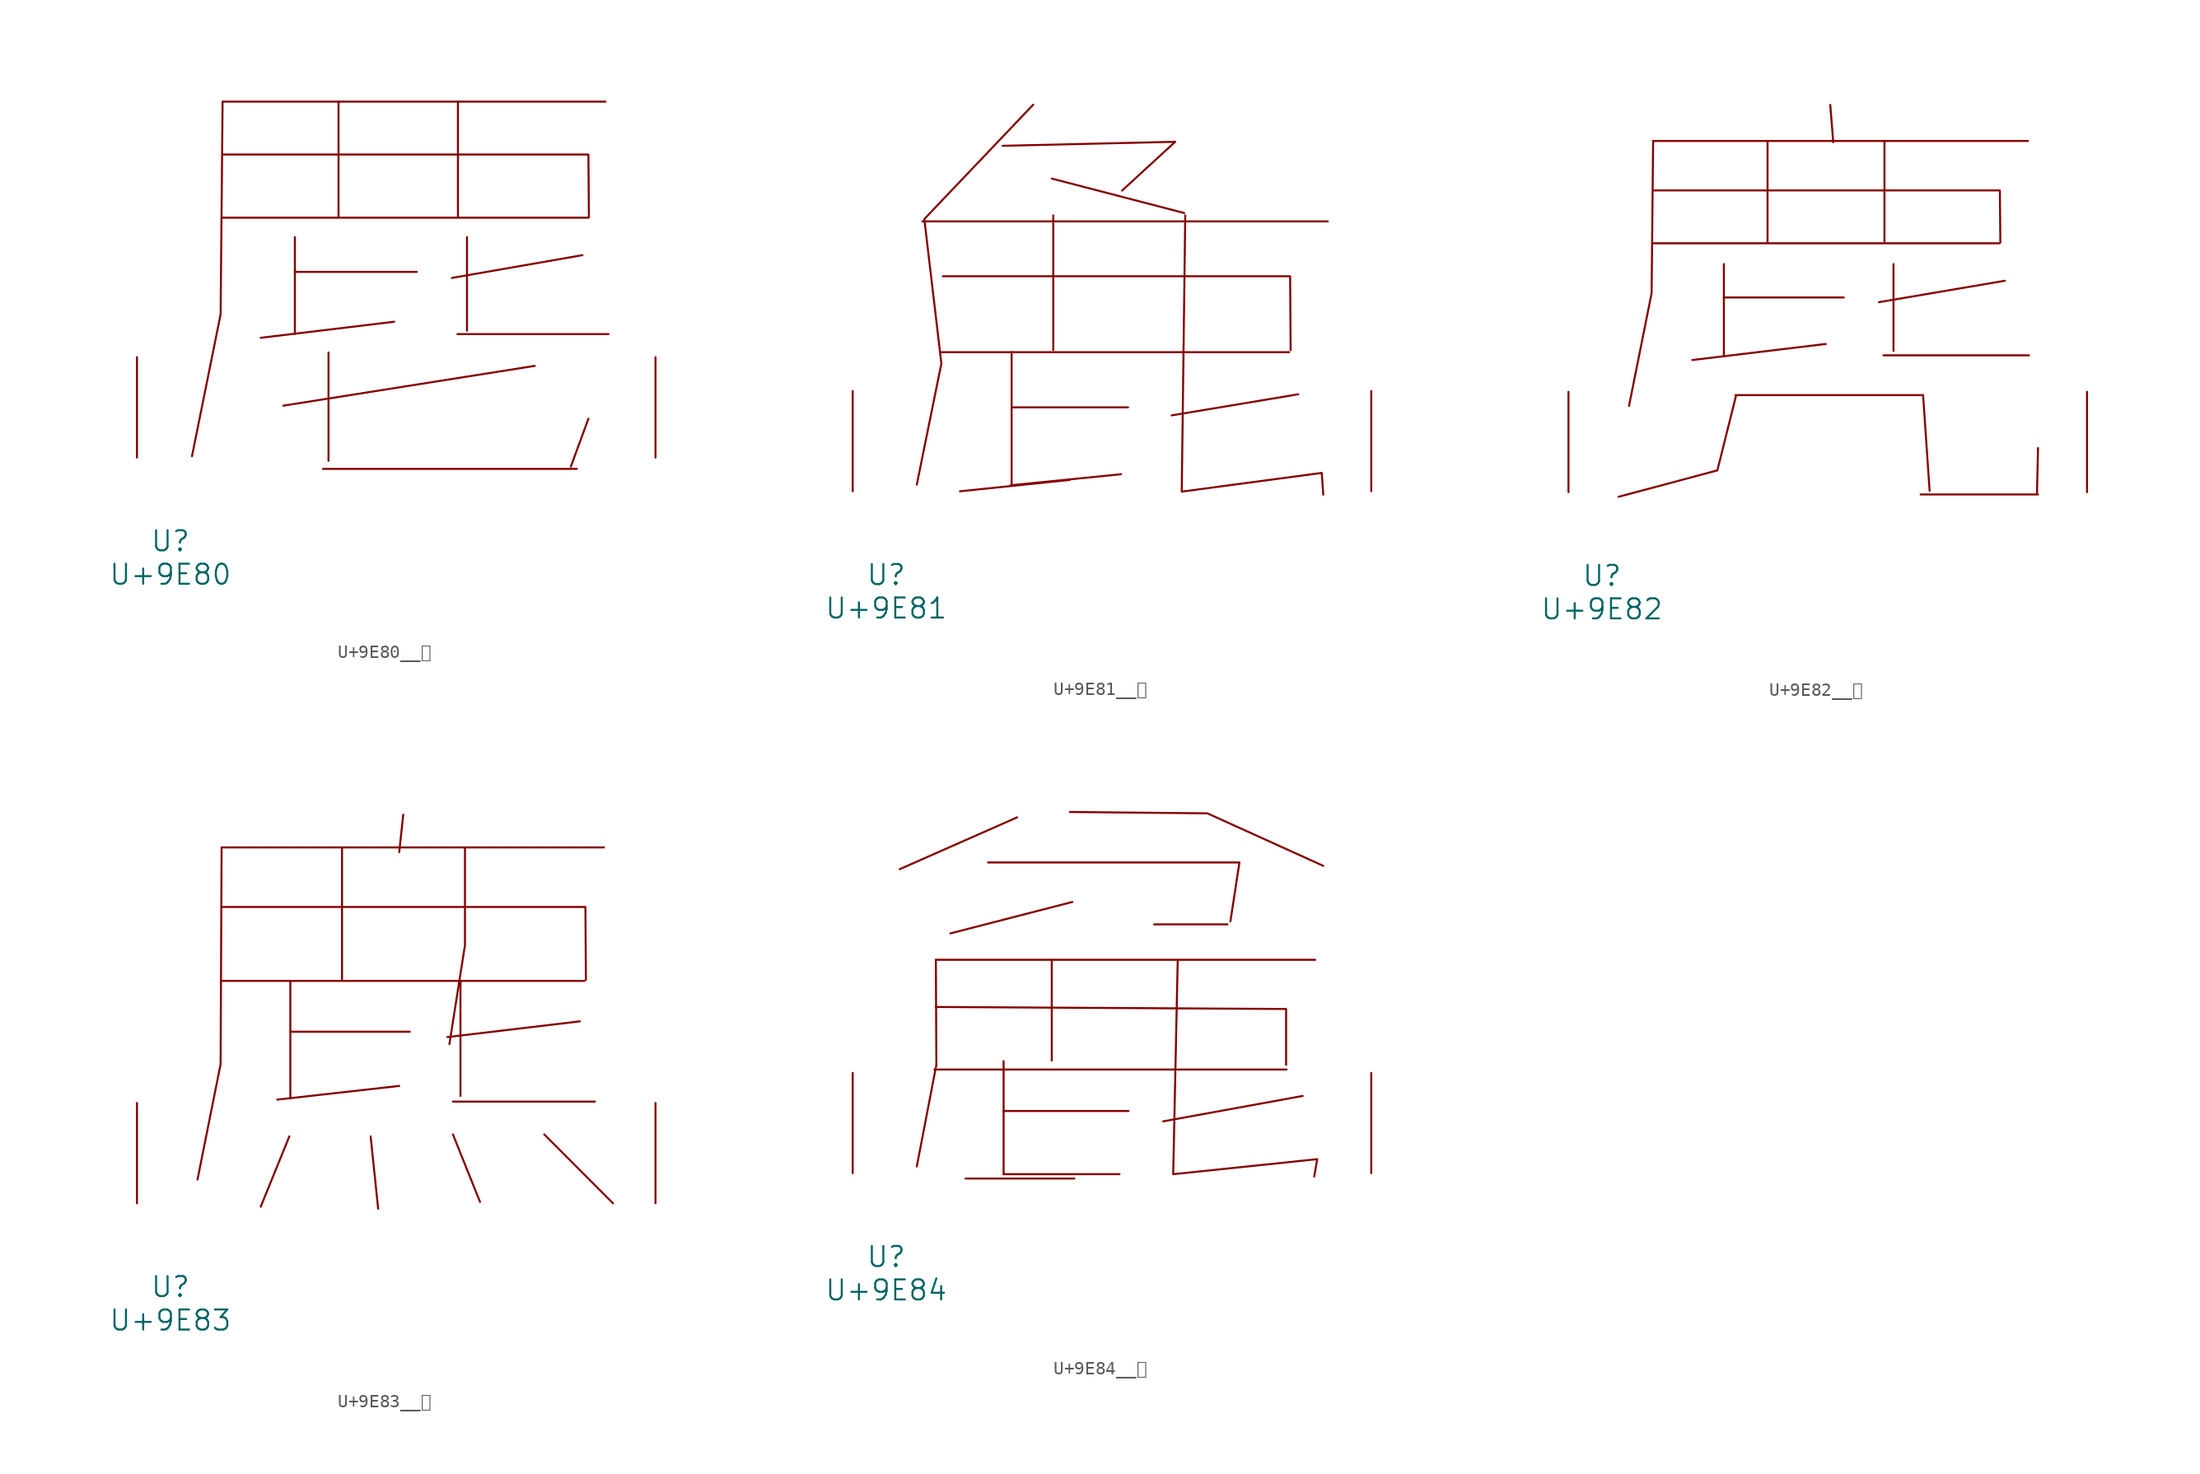
<source format=kicad_sym>
(kicad_symbol_lib
  (version 20231120)
  (generator "kicad_symbol_editor")
  (generator_version "8.0")
  (symbol "U+9E80__麀"
    (pin_names
      (offset 1.016))
    (property "Reference" "U"
      (at 0 -6.35 0)
      (effects (font (size 1.524 1.524))))
    (property "Value" "U+9E80"
      (at 0 -8.89 0)
      (effects (font (size 1.524 1.524))))
    (symbol "U+9E80__麀_0_1"
      (polyline (pts (xy 3.962 18.212) (xy 31.737 18.212)) (stroke (width 0) (type solid)) (fill (type none)))
      (polyline (pts (xy 3.962 27.026) (xy 33.033 27.026)) (stroke (width 0) (type solid)) (fill (type none)))
      (polyline (pts (xy 9.449 14.097) (xy 18.707 14.097)) (stroke (width 0) (type solid)) (fill (type none)))
      (polyline (pts (xy 9.449 16.739) (xy 9.449 9.373)) (stroke (width 0) (type solid)) (fill (type none)))
      (polyline (pts (xy 11.582 -0.864) (xy 30.861 -0.864)) (stroke (width 0) (type solid)) (fill (type none)))
      (polyline (pts (xy 12.002 7.976) (xy 12.002 -0.254)) (stroke (width 0) (type solid)) (fill (type none)))
      (polyline (pts (xy 12.764 27.026) (xy 12.764 18.263)) (stroke (width 0) (type solid)) (fill (type none)))
      (polyline (pts (xy 16.993 10.312) (xy 6.858 9.093)) (stroke (width 0) (type solid)) (fill (type none)))
      (polyline (pts (xy 21.793 9.373) (xy 33.261 9.373)) (stroke (width 0) (type solid)) (fill (type none)))
      (polyline (pts (xy 21.831 27.026) (xy 21.831 18.263)) (stroke (width 0) (type solid)) (fill (type none)))
      (polyline (pts (xy 22.517 16.739) (xy 22.517 9.627)) (stroke (width 0) (type solid)) (fill (type none)))
      (polyline (pts (xy 27.661 6.96) (xy 8.572 3.937)) (stroke (width 0) (type solid)) (fill (type none)))
      (polyline (pts (xy 31.28 15.367) (xy 21.374 13.64)) (stroke (width 0) (type solid)) (fill (type none)))
      (polyline (pts (xy 31.737 2.946) (xy 30.404 -0.686)) (stroke (width 0) (type solid)) (fill (type none)))
      (polyline (pts (xy 3.962 23.012) (xy 31.737 23.012) (xy 31.775 18.263)) (stroke (width 0) (type solid)) (fill (type none)))
      (polyline (pts (xy 3.962 27.026) (xy 3.81 10.871) (xy 1.638 0.102)) (stroke (width 0) (type solid)) (fill (type none)))
      (pin input line (at -2.54 0 90) (length 7.62) (name "~" (effects (font (size 1.27 1.27)))) (number "~" (effects (font (size 1.27 1.27)))))
      (pin input line (at 36.83 0 90) (length 7.62) (name "~" (effects (font (size 1.27 1.27)))) (number "~" (effects (font (size 1.27 1.27)))))))
  (symbol "U+9E81__麁"
    (pin_names
      (offset 1.016))
    (property "Reference" "U"
      (at 0 -6.35 0)
      (effects (font (size 1.524 1.524))))
    (property "Value" "U+9E81"
      (at 0 -8.89 0)
      (effects (font (size 1.524 1.524))))
    (symbol "U+9E81__麁_0_1"
      (polyline (pts (xy 2.743 20.498) (xy 33.528 20.498)) (stroke (width 0) (type solid)) (fill (type none)))
      (polyline (pts (xy 4.191 10.566) (xy 30.594 10.566)) (stroke (width 0) (type solid)) (fill (type none)))
      (polyline (pts (xy 9.525 6.375) (xy 18.364 6.375)) (stroke (width 0) (type solid)) (fill (type none)))
      (polyline (pts (xy 9.525 10.566) (xy 9.525 0.457)) (stroke (width 0) (type solid)) (fill (type none)))
      (polyline (pts (xy 12.573 23.749) (xy 22.631 21.133)) (stroke (width 0) (type solid)) (fill (type none)))
      (polyline (pts (xy 12.687 20.955) (xy 12.687 10.719)) (stroke (width 0) (type solid)) (fill (type none)))
      (polyline (pts (xy 13.945 0.864) (xy 5.601 0)) (stroke (width 0) (type solid)) (fill (type none)))
      (polyline (pts (xy 17.831 1.295) (xy 9.449 0.457)) (stroke (width 0) (type solid)) (fill (type none)))
      (polyline (pts (xy 31.28 7.366) (xy 21.679 5.766)) (stroke (width 0) (type solid)) (fill (type none)))
      (polyline (pts (xy 4.305 16.332) (xy 30.671 16.332) (xy 30.709 10.719)) (stroke (width 0) (type solid)) (fill (type none)))
      (polyline (pts (xy 8.839 26.238) (xy 21.946 26.543) (xy 17.907 22.835)) (stroke (width 0) (type solid)) (fill (type none)))
      (polyline (pts (xy 11.163 29.362) (xy 2.896 20.676) (xy 4.191 9.703) (xy 2.324 0.508)) (stroke (width 0) (type solid)) (fill (type none)))
      (polyline (pts (xy 22.708 20.955) (xy 22.441 -0.025) (xy 33.071 1.397) (xy 33.185 -0.254)) (stroke (width 0) (type solid)) (fill (type none)))
      (pin input line (at -2.54 0 90) (length 7.62) (name "~" (effects (font (size 1.27 1.27)))) (number "~" (effects (font (size 1.27 1.27)))))
      (pin input line (at 36.83 0 90) (length 7.62) (name "~" (effects (font (size 1.27 1.27)))) (number "~" (effects (font (size 1.27 1.27)))))))
  (symbol "U+9E82__麂"
    (pin_names
      (offset 1.016))
    (property "Reference" "U"
      (at 0 -6.35 0)
      (effects (font (size 1.524 1.524))))
    (property "Value" "U+9E82"
      (at 0 -8.89 0)
      (effects (font (size 1.524 1.524))))
    (symbol "U+9E82__麂_0_1"
      (polyline (pts (xy 3.886 18.898) (xy 30.175 18.898)) (stroke (width 0) (type solid)) (fill (type none)))
      (polyline (pts (xy 3.886 26.67) (xy 32.347 26.67)) (stroke (width 0) (type solid)) (fill (type none)))
      (polyline (pts (xy 9.258 14.783) (xy 18.364 14.783)) (stroke (width 0) (type solid)) (fill (type none)))
      (polyline (pts (xy 9.258 17.323) (xy 9.258 10.312)) (stroke (width 0) (type solid)) (fill (type none)))
      (polyline (pts (xy 12.573 26.67) (xy 12.573 18.948)) (stroke (width 0) (type solid)) (fill (type none)))
      (polyline (pts (xy 16.993 11.252) (xy 6.858 10.033)) (stroke (width 0) (type solid)) (fill (type none)))
      (polyline (pts (xy 17.335 29.413) (xy 17.564 26.568)) (stroke (width 0) (type solid)) (fill (type none)))
      (polyline (pts (xy 21.374 10.389) (xy 32.423 10.389)) (stroke (width 0) (type solid)) (fill (type none)))
      (polyline (pts (xy 21.45 26.67) (xy 21.45 18.948)) (stroke (width 0) (type solid)) (fill (type none)))
      (polyline (pts (xy 22.136 17.323) (xy 22.136 10.719)) (stroke (width 0) (type solid)) (fill (type none)))
      (polyline (pts (xy 24.194 -0.178) (xy 33.109 -0.178)) (stroke (width 0) (type solid)) (fill (type none)))
      (polyline (pts (xy 30.594 16.053) (xy 21.031 14.427)) (stroke (width 0) (type solid)) (fill (type none)))
      (polyline (pts (xy 33.109 3.353) (xy 33.033 -0.076)) (stroke (width 0) (type solid)) (fill (type none)))
      (polyline (pts (xy 3.886 22.911) (xy 30.213 22.911) (xy 30.251 18.948)) (stroke (width 0) (type solid)) (fill (type none)))
      (polyline (pts (xy 3.886 26.67) (xy 3.772 15.113) (xy 2.057 6.553)) (stroke (width 0) (type solid)) (fill (type none)))
      (polyline (pts (xy 10.135 7.366) (xy 24.384 7.366) (xy 24.879 0.102)) (stroke (width 0) (type solid)) (fill (type none)))
      (polyline (pts (xy 10.173 7.29) (xy 8.763 1.651) (xy 1.257 -0.356)) (stroke (width 0) (type solid)) (fill (type none)))
      (pin input line (at -2.54 0 90) (length 7.62) (name "~" (effects (font (size 1.27 1.27)))) (number "~" (effects (font (size 1.27 1.27)))))
      (pin input line (at 36.83 0 90) (length 7.62) (name "~" (effects (font (size 1.27 1.27)))) (number "~" (effects (font (size 1.27 1.27)))))))
  (symbol "U+9E83__麃"
    (pin_names
      (offset 1.016))
    (property "Reference" "U"
      (at 0 -6.35 0)
      (effects (font (size 1.524 1.524))))
    (property "Value" "U+9E83"
      (at 0 -8.89 0)
      (effects (font (size 1.524 1.524))))
    (symbol "U+9E83__麃_0_1"
      (polyline (pts (xy 3.886 16.891) (xy 31.433 16.891)) (stroke (width 0) (type solid)) (fill (type none)))
      (polyline (pts (xy 3.886 27.026) (xy 32.918 27.026)) (stroke (width 0) (type solid)) (fill (type none)))
      (polyline (pts (xy 9.03 5.08) (xy 6.858 -0.254)) (stroke (width 0) (type solid)) (fill (type none)))
      (polyline (pts (xy 9.106 13.03) (xy 18.174 13.03)) (stroke (width 0) (type solid)) (fill (type none)))
      (polyline (pts (xy 9.106 16.891) (xy 9.106 7.976)) (stroke (width 0) (type solid)) (fill (type none)))
      (polyline (pts (xy 13.03 27.026) (xy 13.03 16.967)) (stroke (width 0) (type solid)) (fill (type none)))
      (polyline (pts (xy 15.202 5.08) (xy 15.773 -0.406)) (stroke (width 0) (type solid)) (fill (type none)))
      (polyline (pts (xy 17.374 8.915) (xy 8.115 7.874)) (stroke (width 0) (type solid)) (fill (type none)))
      (polyline (pts (xy 17.678 29.515) (xy 17.374 26.67)) (stroke (width 0) (type solid)) (fill (type none)))
      (polyline (pts (xy 21.45 5.232) (xy 23.508 0.102)) (stroke (width 0) (type solid)) (fill (type none)))
      (polyline (pts (xy 21.45 7.722) (xy 32.233 7.722)) (stroke (width 0) (type solid)) (fill (type none)))
      (polyline (pts (xy 22.022 16.891) (xy 22.022 8.153)) (stroke (width 0) (type solid)) (fill (type none)))
      (polyline (pts (xy 28.384 5.232) (xy 33.604 0)) (stroke (width 0) (type solid)) (fill (type none)))
      (polyline (pts (xy 31.09 13.818) (xy 21.031 12.624)) (stroke (width 0) (type solid)) (fill (type none)))
      (polyline (pts (xy 3.886 22.504) (xy 31.509 22.504) (xy 31.547 16.967)) (stroke (width 0) (type solid)) (fill (type none)))
      (polyline (pts (xy 3.886 27.026) (xy 3.81 10.566) (xy 2.057 1.803)) (stroke (width 0) (type solid)) (fill (type none)))
      (polyline (pts (xy 22.365 27.026) (xy 22.365 19.609) (xy 21.184 12.09)) (stroke (width 0) (type solid)) (fill (type none)))
      (pin input line (at -2.54 0 90) (length 7.62) (name "~" (effects (font (size 1.27 1.27)))) (number "~" (effects (font (size 1.27 1.27)))))
      (pin input line (at 36.83 0 90) (length 7.62) (name "~" (effects (font (size 1.27 1.27)))) (number "~" (effects (font (size 1.27 1.27)))))))
  (symbol "U+9E84__麄"
    (pin_names
      (offset 1.016))
    (property "Reference" "U"
      (at 0 -6.35 0)
      (effects (font (size 1.524 1.524))))
    (property "Value" "U+9E84"
      (at 0 -8.89 0)
      (effects (font (size 1.524 1.524))))
    (symbol "U+9E84__麄_0_1"
      (polyline (pts (xy 3.658 7.874) (xy 30.404 7.874)) (stroke (width 0) (type solid)) (fill (type none)))
      (polyline (pts (xy 3.772 16.205) (xy 32.575 16.205)) (stroke (width 0) (type solid)) (fill (type none)))
      (polyline (pts (xy 6.02 -0.406) (xy 14.287 -0.406)) (stroke (width 0) (type solid)) (fill (type none)))
      (polyline (pts (xy 8.915 -0.076) (xy 17.716 -0.076)) (stroke (width 0) (type solid)) (fill (type none)))
      (polyline (pts (xy 8.915 4.724) (xy 18.402 4.724)) (stroke (width 0) (type solid)) (fill (type none)))
      (polyline (pts (xy 8.915 8.509) (xy 8.915 -0.076)) (stroke (width 0) (type solid)) (fill (type none)))
      (polyline (pts (xy 9.944 27.026) (xy 1.029 23.089)) (stroke (width 0) (type solid)) (fill (type none)))
      (polyline (pts (xy 12.573 16.205) (xy 12.573 8.56)) (stroke (width 0) (type solid)) (fill (type none)))
      (polyline (pts (xy 14.135 20.599) (xy 4.877 18.212)) (stroke (width 0) (type solid)) (fill (type none)))
      (polyline (pts (xy 20.345 18.898) (xy 25.908 18.898)) (stroke (width 0) (type solid)) (fill (type none)))
      (polyline (pts (xy 31.623 5.867) (xy 21.031 3.937)) (stroke (width 0) (type solid)) (fill (type none)))
      (polyline (pts (xy 3.772 12.624) (xy 30.366 12.471) (xy 30.366 8.23)) (stroke (width 0) (type solid)) (fill (type none)))
      (polyline (pts (xy 3.772 16.205) (xy 3.81 8.23) (xy 2.324 0.508)) (stroke (width 0) (type solid)) (fill (type none)))
      (polyline (pts (xy 7.734 23.597) (xy 26.822 23.597) (xy 26.137 19.126)) (stroke (width 0) (type solid)) (fill (type none)))
      (polyline (pts (xy 13.945 27.432) (xy 24.384 27.33) (xy 33.185 23.343)) (stroke (width 0) (type solid)) (fill (type none)))
      (polyline (pts (xy 22.136 16.205) (xy 21.793 -0.076) (xy 32.728 1.067) (xy 32.499 -0.254)) (stroke (width 0) (type solid)) (fill (type none)))
      (pin input line (at -2.54 0 90) (length 7.62) (name "~" (effects (font (size 1.27 1.27)))) (number "~" (effects (font (size 1.27 1.27)))))
      (pin input line (at 36.83 0 90) (length 7.62) (name "~" (effects (font (size 1.27 1.27)))) (number "~" (effects (font (size 1.27 1.27))))))))
</source>
